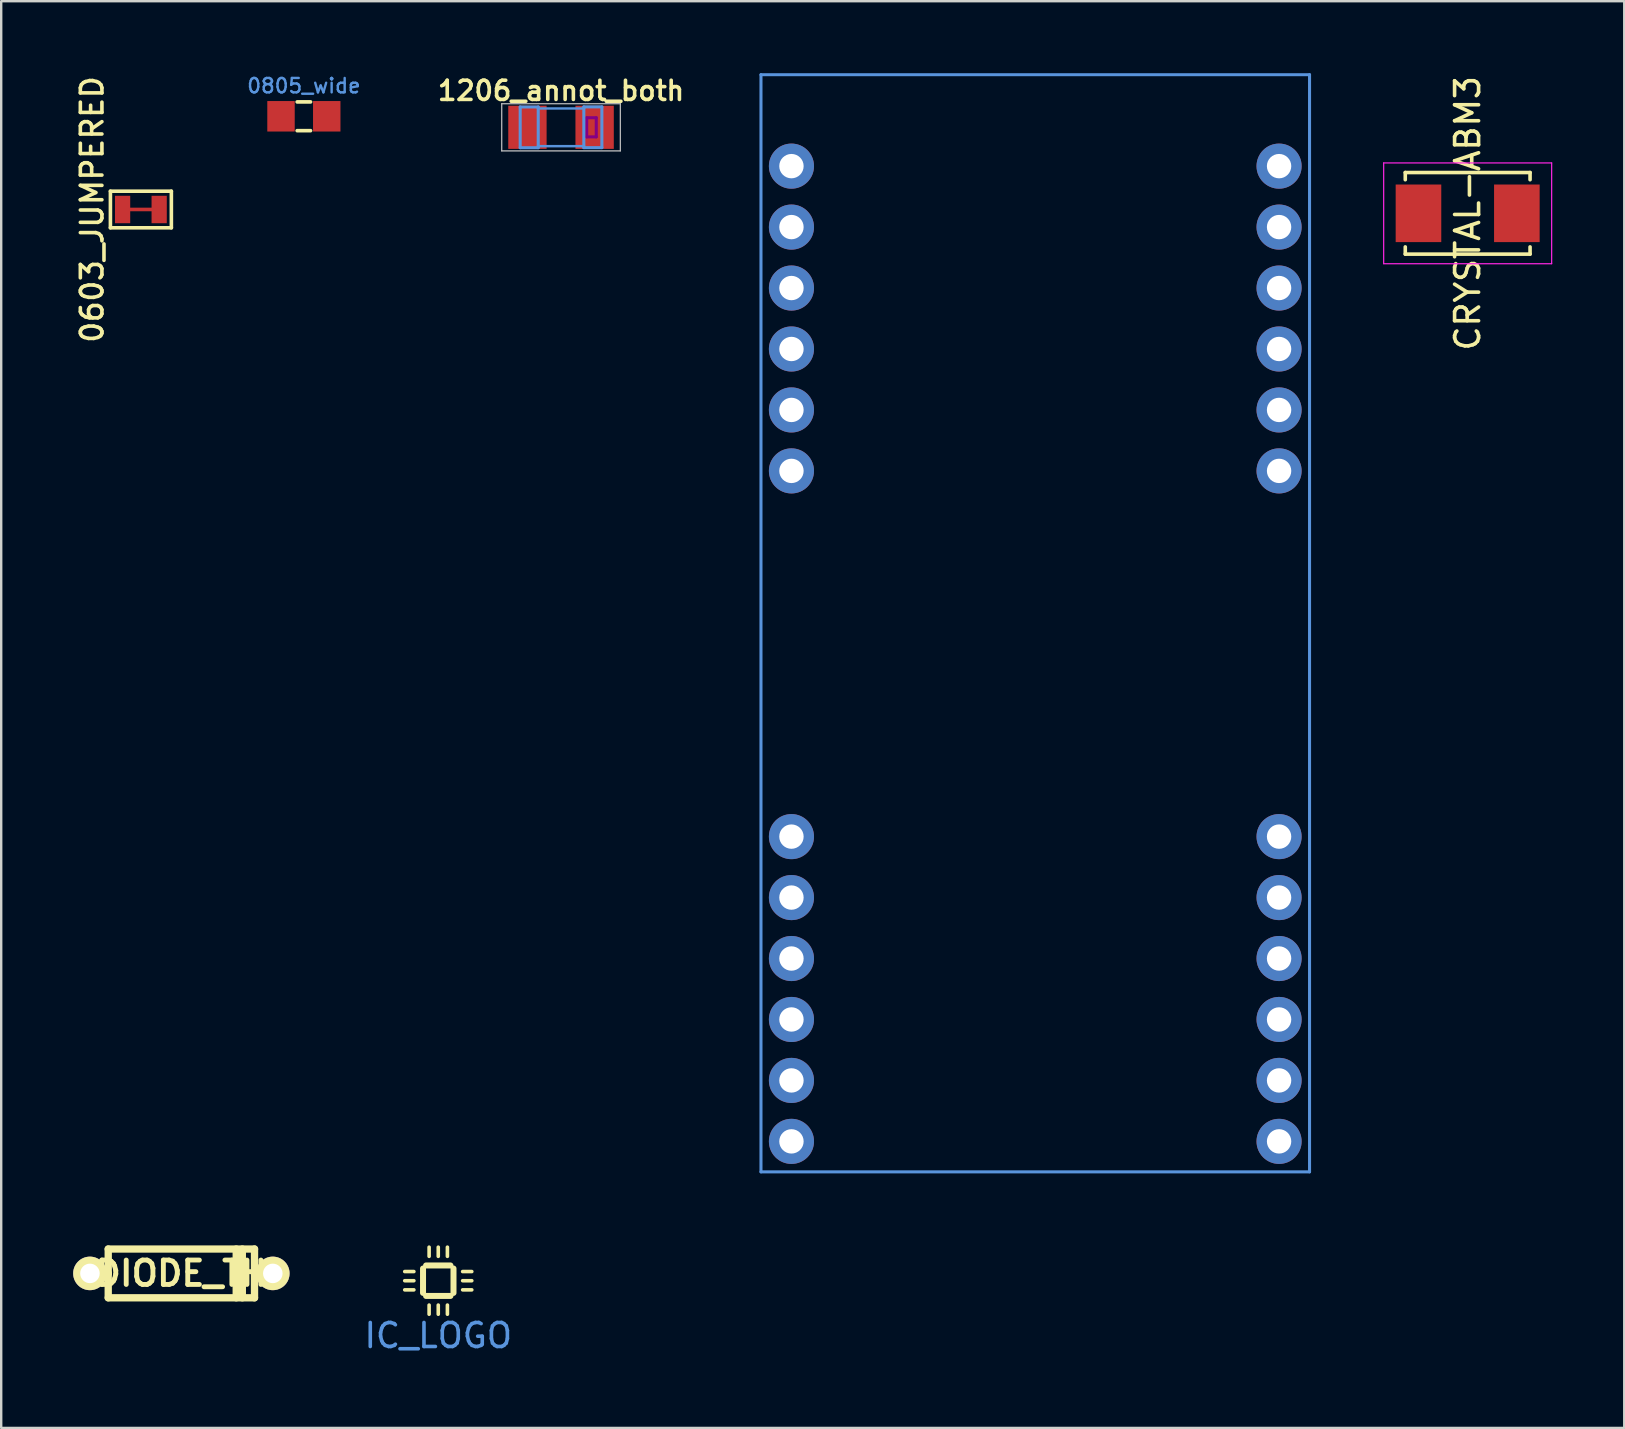
<source format=kicad_pcb>
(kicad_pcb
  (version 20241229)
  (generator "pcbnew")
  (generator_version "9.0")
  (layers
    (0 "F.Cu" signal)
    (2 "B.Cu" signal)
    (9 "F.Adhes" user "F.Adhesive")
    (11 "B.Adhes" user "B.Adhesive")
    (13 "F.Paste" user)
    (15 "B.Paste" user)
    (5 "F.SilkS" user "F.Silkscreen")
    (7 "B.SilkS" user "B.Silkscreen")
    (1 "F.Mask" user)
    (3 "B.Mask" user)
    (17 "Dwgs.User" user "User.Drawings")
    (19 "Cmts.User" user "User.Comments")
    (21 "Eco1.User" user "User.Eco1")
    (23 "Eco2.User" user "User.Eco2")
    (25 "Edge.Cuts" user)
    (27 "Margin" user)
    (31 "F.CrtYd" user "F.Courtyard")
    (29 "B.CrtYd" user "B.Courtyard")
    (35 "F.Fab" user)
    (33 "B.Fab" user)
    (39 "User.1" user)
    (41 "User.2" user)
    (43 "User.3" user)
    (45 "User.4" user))
  (footprint "0805_wide"
    (layer "F.Cu")
    (at 9.613 1.796)
    (property "Reference" "0805_wide" (at 0 -1.27 0) (layer "Cmts.User") (effects (font (size 0.6 0.6) (thickness 0.1))))
    (attr through_hole)
    (fp_line (start -0.279 -0.599) (end 0.279 -0.599) (stroke (width 0.152) (type solid)) (layer "F.SilkS"))
    (fp_line (start -0.279 0.599) (end 0.279 0.599) (stroke (width 0.152) (type solid)) (layer "F.SilkS"))
    (pad "1" smd rect (at -0.953 0) (size 1.143 1.27) (layers "F.Cu" "F.Mask" "F.Paste"))
    (pad "2" smd rect (at 0.953 0) (size 1.143 1.27) (layers "F.Cu" "F.Mask" "F.Paste")))
  (footprint "AVRSTICK-SHIELD"
    (layer "F.Cu")
    (at 42.631 26.733)
    (property "Reference" "AVRSTICK-SHIELD" (at 0 0 0) (layer "Cmts.User") (effects (font (size 0.001 0.001) (thickness 0.000001))))
    (attr through_hole)
    (fp_line (start -13.97 -26.67) (end -13.97 19.05) (stroke (width 0.127) (type solid)) (layer "Cmts.User"))
    (fp_line (start -13.97 19.05) (end 8.89 19.05) (stroke (width 0.127) (type solid)) (layer "Cmts.User"))
    (fp_line (start 8.89 -26.67) (end -13.97 -26.67) (stroke (width 0.127) (type solid)) (layer "Cmts.User"))
    (fp_line (start 8.89 19.05) (end 8.89 -26.67) (stroke (width 0.127) (type solid)) (layer "Cmts.User"))
    (pad "1" thru_hole oval (at -12.7 -22.86) (size 1.88 1.88) (drill 1.016) (layers "*.Cu" "*.Mask"))
    (pad "2" thru_hole oval (at -12.7 -20.32) (size 1.88 1.88) (drill 1.016) (layers "*.Cu" "*.Mask"))
    (pad "3" thru_hole oval (at -12.7 -17.78) (size 1.88 1.88) (drill 1.016) (layers "*.Cu" "*.Mask"))
    (pad "4" thru_hole oval (at -12.7 -15.24) (size 1.88 1.88) (drill 1.016) (layers "*.Cu" "*.Mask"))
    (pad "5" thru_hole oval (at -12.7 -12.7) (size 1.88 1.88) (drill 1.016) (layers "*.Cu" "*.Mask"))
    (pad "6" thru_hole oval (at -12.7 -10.16) (size 1.88 1.88) (drill 1.016) (layers "*.Cu" "*.Mask"))
    (pad "7" thru_hole oval (at -12.7 5.08) (size 1.88 1.88) (drill 1.016) (layers "*.Cu" "*.Mask"))
    (pad "8" thru_hole oval (at -12.7 7.62) (size 1.88 1.88) (drill 1.016) (layers "*.Cu" "*.Mask"))
    (pad "9" thru_hole oval (at -12.7 10.16) (size 1.88 1.88) (drill 1.016) (layers "*.Cu" "*.Mask"))
    (pad "10" thru_hole oval (at -12.7 12.7) (size 1.88 1.88) (drill 1.016) (layers "*.Cu" "*.Mask"))
    (pad "11" thru_hole oval (at -12.7 15.24) (size 1.88 1.88) (drill 1.016) (layers "*.Cu" "*.Mask"))
    (pad "12" thru_hole oval (at -12.7 17.78) (size 1.88 1.88) (drill 1.016) (layers "*.Cu" "*.Mask"))
    (pad "13" thru_hole oval (at 7.62 17.78) (size 1.88 1.88) (drill 1.016) (layers "*.Cu" "*.Mask"))
    (pad "14" thru_hole oval (at 7.62 15.24) (size 1.88 1.88) (drill 1.016) (layers "*.Cu" "*.Mask"))
    (pad "15" thru_hole oval (at 7.62 12.7) (size 1.88 1.88) (drill 1.016) (layers "*.Cu" "*.Mask"))
    (pad "16" thru_hole oval (at 7.62 10.16) (size 1.88 1.88) (drill 1.016) (layers "*.Cu" "*.Mask"))
    (pad "17" thru_hole oval (at 7.62 7.62) (size 1.88 1.88) (drill 1.016) (layers "*.Cu" "*.Mask"))
    (pad "18" thru_hole oval (at 7.62 5.08) (size 1.88 1.88) (drill 1.016) (layers "*.Cu" "*.Mask"))
    (pad "19" thru_hole oval (at 7.62 -10.16) (size 1.88 1.88) (drill 1.016) (layers "*.Cu" "*.Mask"))
    (pad "20" thru_hole oval (at 7.62 -12.7) (size 1.88 1.88) (drill 1.016) (layers "*.Cu" "*.Mask"))
    (pad "21" thru_hole oval (at 7.62 -15.24) (size 1.88 1.88) (drill 1.016) (layers "*.Cu" "*.Mask"))
    (pad "22" thru_hole oval (at 7.62 -17.78) (size 1.88 1.88) (drill 1.016) (layers "*.Cu" "*.Mask"))
    (pad "23" thru_hole oval (at 7.62 -20.32) (size 1.88 1.88) (drill 1.016) (layers "*.Cu" "*.Mask"))
    (pad "24" thru_hole oval (at 7.62 -22.86) (size 1.88 1.88) (drill 1.016) (layers "*.Cu" "*.Mask")))
  (footprint "0603_JUMPERED"
    (layer "F.Cu")
    (at 2.821 5.68)
    (property "Reference" "0603_JUMPERED" (at -2.032 0 90) (layer "F.SilkS") (effects (font (size 0.899 0.899) (thickness 0.15))))
    (attr smd)
    (fp_line (start 0.5 0) (end -0.5 0) (stroke (width 0.15) (type solid)) (layer "F.Cu"))
    (fp_line (start -1.27 -0.762) (end 1.27 -0.762) (stroke (width 0.15) (type solid)) (layer "F.SilkS"))
    (fp_line (start -1.27 0.762) (end -1.27 -0.762) (stroke (width 0.15) (type solid)) (layer "F.SilkS"))
    (fp_line (start 1.27 -0.762) (end 1.27 0.762) (stroke (width 0.15) (type solid)) (layer "F.SilkS"))
    (fp_line (start 1.27 0.762) (end -1.27 0.762) (stroke (width 0.15) (type solid)) (layer "F.SilkS"))
    (pad "" smd rect (at 0 0) (size 0.899 1.143) (layers "F.Mask"))
    (pad "1" smd rect (at -0.762 0) (size 0.635 1.143) (layers "F.Cu" "F.Mask"))
    (pad "2" smd rect (at 0.762 0) (size 0.635 1.143) (layers "F.Cu" "F.Mask")))
  (footprint "IC_LOGO"
    (layer "F.Cu")
    (at 15.213 50.319)
    (property "Reference" "IC_LOGO" (at 0 2.286 0) (layer "Cmts.User") (effects (font (size 1 1) (thickness 0.15))))
    (attr through_hole)
    (fp_line (start -1.397 -0.381) (end -1.016 -0.381) (stroke (width 0.15) (type solid)) (layer "F.SilkS"))
    (fp_line (start -1.397 0) (end -1.016 0) (stroke (width 0.15) (type solid)) (layer "F.SilkS"))
    (fp_line (start -1.397 0.381) (end -1.016 0.381) (stroke (width 0.15) (type solid)) (layer "F.SilkS"))
    (fp_line (start -0.635 0.508) (end -0.635 -0.508) (stroke (width 0.25) (type solid)) (layer "F.SilkS"))
    (fp_line (start -0.508 -0.635) (end 0.508 -0.635) (stroke (width 0.25) (type solid)) (layer "F.SilkS"))
    (fp_line (start -0.381 -1.397) (end -0.381 -1.016) (stroke (width 0.15) (type solid)) (layer "F.SilkS"))
    (fp_line (start -0.381 1.016) (end -0.381 1.397) (stroke (width 0.15) (type solid)) (layer "F.SilkS"))
    (fp_line (start 0 -1.397) (end 0 -1.016) (stroke (width 0.15) (type solid)) (layer "F.SilkS"))
    (fp_line (start 0 1.016) (end 0 1.397) (stroke (width 0.15) (type solid)) (layer "F.SilkS"))
    (fp_line (start 0.381 -1.397) (end 0.381 -1.016) (stroke (width 0.15) (type solid)) (layer "F.SilkS"))
    (fp_line (start 0.381 1.016) (end 0.381 1.397) (stroke (width 0.15) (type solid)) (layer "F.SilkS"))
    (fp_line (start 0.508 0.635) (end -0.508 0.635) (stroke (width 0.25) (type solid)) (layer "F.SilkS"))
    (fp_line (start 0.635 -0.508) (end 0.635 0.508) (stroke (width 0.25) (type solid)) (layer "F.SilkS"))
    (fp_line (start 1.016 -0.381) (end 1.397 -0.381) (stroke (width 0.15) (type solid)) (layer "F.SilkS"))
    (fp_line (start 1.016 0) (end 1.397 0) (stroke (width 0.15) (type solid)) (layer "F.SilkS"))
    (fp_line (start 1.016 0.381) (end 1.397 0.381) (stroke (width 0.15) (type solid)) (layer "F.SilkS")))
  (footprint "CRYSTAL-ABM3"
    (layer "F.Cu")
    (at 58.11 5.839)
    (property "Reference" "CRYSTAL-ABM3" (at 0 0 90) (layer "F.SilkS") (effects (font (size 1 1) (thickness 0.15))))
    (attr smd)
    (fp_line (start -2.6 -1.7) (end -2.6 -1.4) (stroke (width 0.15) (type solid)) (layer "F.SilkS"))
    (fp_line (start -2.6 -1.7) (end 2.6 -1.7) (stroke (width 0.15) (type solid)) (layer "F.SilkS"))
    (fp_line (start -2.6 1.7) (end -2.6 1.4) (stroke (width 0.15) (type solid)) (layer "F.SilkS"))
    (fp_line (start -2.6 1.7) (end 2.6 1.7) (stroke (width 0.15) (type solid)) (layer "F.SilkS"))
    (fp_line (start 2.6 -1.7) (end 2.6 -1.4) (stroke (width 0.15) (type solid)) (layer "F.SilkS"))
    (fp_line (start 2.6 1.7) (end 2.6 1.4) (stroke (width 0.15) (type solid)) (layer "F.SilkS"))
    (fp_line (start -3.5 -2.1) (end 3.5 -2.1) (stroke (width 0.05) (type solid)) (layer "F.CrtYd"))
    (fp_line (start -3.5 2.1) (end -3.5 -2.1) (stroke (width 0.05) (type solid)) (layer "F.CrtYd"))
    (fp_line (start 3.5 -2.1) (end 3.5 2.1) (stroke (width 0.05) (type solid)) (layer "F.CrtYd"))
    (fp_line (start 3.5 2.1) (end -3.5 2.1) (stroke (width 0.05) (type solid)) (layer "F.CrtYd"))
    (pad "1" smd rect (at -2.05 0) (size 1.9 2.4) (layers "F.Cu" "F.Mask" "F.Paste"))
    (pad "2" smd rect (at 2.05 0) (size 1.9 2.4) (layers "F.Cu" "F.Mask" "F.Paste")))
  (footprint "DIODE_TH"
    (layer "F.Cu")
    (at 4.508 50.015)
    (property "Reference" "DIODE_TH" (at 0 0 0) (layer "F.SilkS") (effects (font (size 1.016 1.016) (thickness 0.203))))
    (attr through_hole)
    (fp_line (start -3.048 -1.016) (end -3.048 0) (stroke (width 0.305) (type solid)) (layer "F.SilkS"))
    (fp_line (start -3.048 0) (end -3.81 0) (stroke (width 0.305) (type solid)) (layer "F.SilkS"))
    (fp_line (start -3.048 0) (end -3.048 1.016) (stroke (width 0.305) (type solid)) (layer "F.SilkS"))
    (fp_line (start -3.048 1.016) (end 3.048 1.016) (stroke (width 0.305) (type solid)) (layer "F.SilkS"))
    (fp_line (start 2.286 1.016) (end 2.286 -1.016) (stroke (width 0.305) (type solid)) (layer "F.SilkS"))
    (fp_line (start 2.54 -1.016) (end 2.54 1.016) (stroke (width 0.305) (type solid)) (layer "F.SilkS"))
    (fp_line (start 3.048 -1.016) (end -3.048 -1.016) (stroke (width 0.305) (type solid)) (layer "F.SilkS"))
    (fp_line (start 3.048 0) (end 3.048 -1.016) (stroke (width 0.305) (type solid)) (layer "F.SilkS"))
    (fp_line (start 3.048 1.016) (end 3.048 0) (stroke (width 0.305) (type solid)) (layer "F.SilkS"))
    (fp_line (start 3.81 0) (end 3.048 0) (stroke (width 0.305) (type solid)) (layer "F.SilkS"))
    (pad "1" thru_hole circle (at -3.81 0) (size 1.397 1.397) (drill 0.813) (layers "*.Cu" "*.Mask" "F.SilkS"))
    (pad "2" thru_hole circle (at 3.81 0) (size 1.397 1.397) (drill 0.813) (layers "*.Cu" "*.Mask" "F.SilkS")))
  (footprint "1206_annot_both"
    (layer "F.Cu")
    (at 20.329 2.255)
    (property "Reference" "1206_annot_both" (at 0 -1.524 0) (layer "F.SilkS") (effects (font (size 0.8 0.8) (thickness 0.15))))
    (attr through_hole)
    (fp_line (start 1.069 -0.399) (end 1.069 0.399) (stroke (width 0.127) (type solid)) (layer "F.Adhes"))
    (fp_line (start 1.069 0.399) (end 1.468 0.399) (stroke (width 0.127) (type solid)) (layer "F.Adhes"))
    (fp_line (start 1.468 -0.399) (end 1.069 -0.399) (stroke (width 0.127) (type solid)) (layer "F.Adhes"))
    (fp_line (start 1.468 0.399) (end 1.468 -0.399) (stroke (width 0.127) (type solid)) (layer "F.Adhes"))
    (fp_line (start -2.471 -0.983) (end 2.471 -0.983) (stroke (width 0.051) (type solid)) (layer "Dwgs.User"))
    (fp_line (start -2.471 0.983) (end -2.471 -0.983) (stroke (width 0.051) (type solid)) (layer "Dwgs.User"))
    (fp_line (start 2.471 -0.983) (end 2.471 0.983) (stroke (width 0.051) (type solid)) (layer "Dwgs.User"))
    (fp_line (start 2.471 0.983) (end -2.471 0.983) (stroke (width 0.051) (type solid)) (layer "Dwgs.User"))
    (fp_line (start -1.702 -0.848) (end -1.702 0.851) (stroke (width 0.127) (type solid)) (layer "Cmts.User"))
    (fp_line (start -1.702 0.851) (end -0.95 0.851) (stroke (width 0.127) (type solid)) (layer "Cmts.User"))
    (fp_line (start -0.963 -0.785) (end 0.963 -0.785) (stroke (width 0.102) (type solid)) (layer "Cmts.User"))
    (fp_line (start -0.963 0.785) (end 0.963 0.785) (stroke (width 0.102) (type solid)) (layer "Cmts.User"))
    (fp_line (start -0.95 -0.848) (end -1.702 -0.848) (stroke (width 0.127) (type solid)) (layer "Cmts.User"))
    (fp_line (start -0.95 0.851) (end -0.95 -0.848) (stroke (width 0.127) (type solid)) (layer "Cmts.User"))
    (fp_line (start 0.95 -0.851) (end 0.95 0.848) (stroke (width 0.127) (type solid)) (layer "Cmts.User"))
    (fp_line (start 0.95 0.848) (end 1.702 0.848) (stroke (width 0.127) (type solid)) (layer "Cmts.User"))
    (fp_line (start 1.702 -0.851) (end 0.95 -0.851) (stroke (width 0.127) (type solid)) (layer "Cmts.User"))
    (fp_line (start 1.702 0.848) (end 1.702 -0.851) (stroke (width 0.127) (type solid)) (layer "Cmts.User"))
    (pad "1" smd rect (at -1.4 0) (size 1.598 1.798) (layers "F.Cu" "F.Mask" "F.Paste"))
    (pad "2" smd rect (at 1.4 0) (size 1.598 1.798) (layers "F.Cu" "F.Mask" "F.Paste")))
  (gr_rect
    (start -3 -3)
    (end 64.635 56.453)
    (stroke (width 0.1) (type default))
    (fill no)
    (layer "Edge.Cuts")))
</source>
